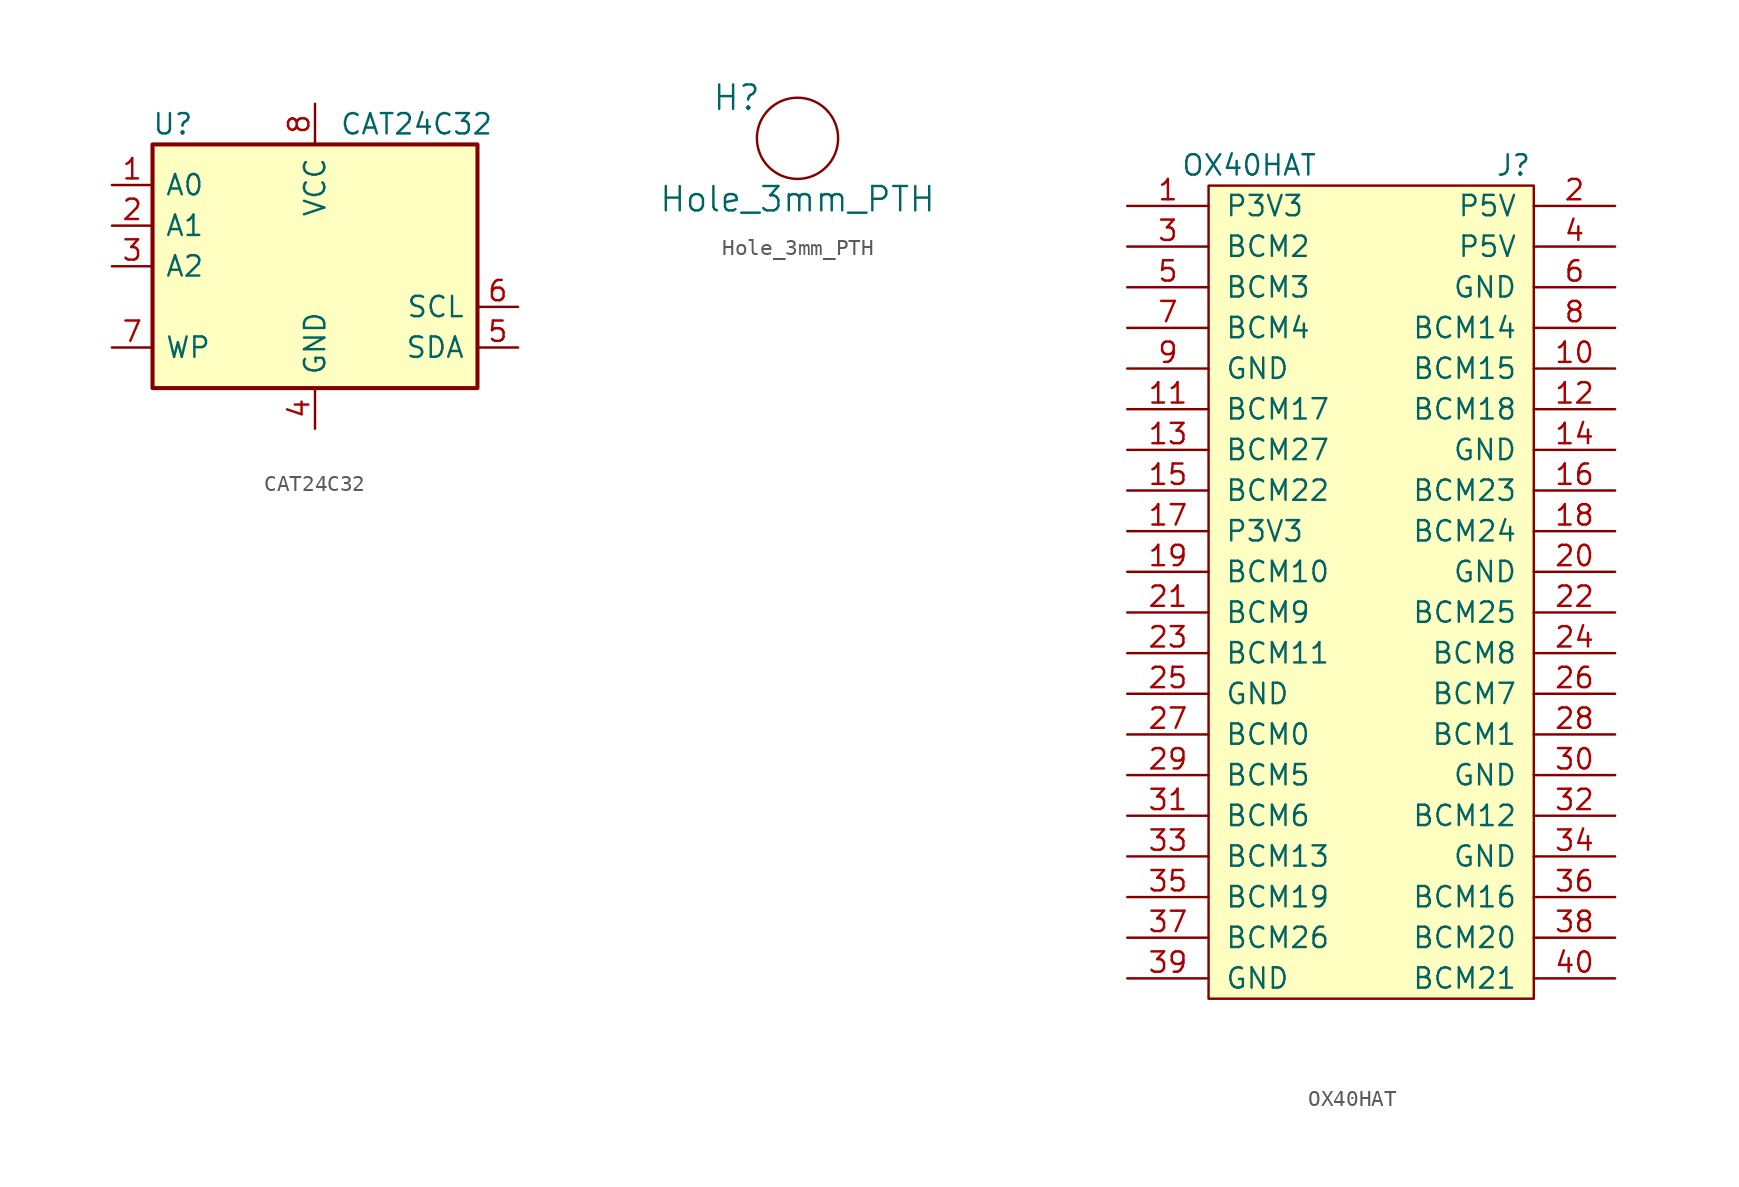
<source format=kicad_sym>
(kicad_symbol_lib
  (version 20201005)
  (generator kicad_symbol_editor)
  (symbol "raspberrypi_hat:CAT24C32"
    (pin_names
      (offset 0.762))
    (property "Reference" "U"
      (at -8.89 8.89 0)
      (effects (font (size 1.27 1.27))))
    (property "Value" "CAT24C32"
      (at 6.35 8.89 0)
      (effects (font (size 1.27 1.27))))
    (property "Footprint" ""
      (at 0 0 0)
      (effects (font (size 1.27 1.27))))
    (property "Datasheet" ""
      (at 0 0 0)
      (effects (font (size 1.27 1.27))))
    (symbol "CAT24C32_0_0"
      (pin power_in line (at 0 -10.16 90) (length 2.54) (name "GND" (effects (font (size 1.27 1.27)))) (number "4" (effects (font (size 1.27 1.27)))))
      (pin power_in line (at 0 10.16 270) (length 2.54) (name "VCC" (effects (font (size 1.27 1.27)))) (number "8" (effects (font (size 1.27 1.27))))))
    (symbol "CAT24C32_1_1"
      (rectangle (start -10.16 -7.62) (end 10.16 7.62) (stroke (width 0.254)) (fill (type background)))
      (pin input line (at -12.7 5.08 0) (length 2.54) (name "A0" (effects (font (size 1.27 1.27)))) (number "1" (effects (font (size 1.27 1.27)))))
      (pin input line (at -12.7 2.54 0) (length 2.54) (name "A1" (effects (font (size 1.27 1.27)))) (number "2" (effects (font (size 1.27 1.27)))))
      (pin input line (at -12.7 0 0) (length 2.54) (name "A2" (effects (font (size 1.27 1.27)))) (number "3" (effects (font (size 1.27 1.27)))))
      (pin bidirectional line (at 12.7 -5.08 180) (length 2.54) (name "SDA" (effects (font (size 1.27 1.27)))) (number "5" (effects (font (size 1.27 1.27)))))
      (pin input line (at 12.7 -2.54 180) (length 2.54) (name "SCL" (effects (font (size 1.27 1.27)))) (number "6" (effects (font (size 1.27 1.27)))))
      (pin input line (at -12.7 -5.08 0) (length 2.54) (name "WP" (effects (font (size 1.27 1.27)))) (number "7" (effects (font (size 1.27 1.27)))))))
  (symbol "raspberrypi_hat:Hole_3mm_PTH"
    (pin_numbers hide)
    (pin_names
      (offset 1.016) hide)
    (property "Reference" "H"
      (at -3.81 2.54 0)
      (effects (font (size 1.524 1.524))))
    (property "Value" "Hole_3mm_PTH"
      (at 0 -3.81 0)
      (effects (font (size 1.524 1.524))))
    (symbol "Hole_3mm_PTH_0_1"
      (circle (center 0 0) (radius 2.54) (stroke (width 0)) (fill (type none)))))
  (symbol "raspberrypi_hat:OX40HAT"
    (pin_names
      (offset 1.016))
    (property "Reference" "J"
      (at 8.89 2.54 0)
      (effects (font (size 1.27 1.27))))
    (property "Value" "OX40HAT"
      (at -7.62 2.54 0)
      (effects (font (size 1.27 1.27))))
    (property "Datasheet" ""
      (at -17.78 0 0)
      (effects (font (size 1.27 1.27))))
    (symbol "OX40HAT_0_1"
      (rectangle (start -10.16 1.27) (end 10.16 -49.53) (stroke (width 0)) (fill (type background))))
    (symbol "OX40HAT_1_1"
      (pin bidirectional line (at -15.24 0 0) (length 5.08) (name "P3V3" (effects (font (size 1.27 1.27)))) (number "1" (effects (font (size 1.27 1.27)))))
      (pin bidirectional line (at 15.24 -10.16 180) (length 5.08) (name "BCM15" (effects (font (size 1.27 1.27)))) (number "10" (effects (font (size 1.27 1.27)))))
      (pin bidirectional line (at -15.24 -12.7 0) (length 5.08) (name "BCM17" (effects (font (size 1.27 1.27)))) (number "11" (effects (font (size 1.27 1.27)))))
      (pin bidirectional line (at 15.24 -12.7 180) (length 5.08) (name "BCM18" (effects (font (size 1.27 1.27)))) (number "12" (effects (font (size 1.27 1.27)))))
      (pin bidirectional line (at -15.24 -15.24 0) (length 5.08) (name "BCM27" (effects (font (size 1.27 1.27)))) (number "13" (effects (font (size 1.27 1.27)))))
      (pin bidirectional line (at 15.24 -15.24 180) (length 5.08) (name "GND" (effects (font (size 1.27 1.27)))) (number "14" (effects (font (size 1.27 1.27)))))
      (pin bidirectional line (at -15.24 -17.78 0) (length 5.08) (name "BCM22" (effects (font (size 1.27 1.27)))) (number "15" (effects (font (size 1.27 1.27)))))
      (pin bidirectional line (at 15.24 -17.78 180) (length 5.08) (name "BCM23" (effects (font (size 1.27 1.27)))) (number "16" (effects (font (size 1.27 1.27)))))
      (pin bidirectional line (at -15.24 -20.32 0) (length 5.08) (name "P3V3" (effects (font (size 1.27 1.27)))) (number "17" (effects (font (size 1.27 1.27)))))
      (pin bidirectional line (at 15.24 -20.32 180) (length 5.08) (name "BCM24" (effects (font (size 1.27 1.27)))) (number "18" (effects (font (size 1.27 1.27)))))
      (pin bidirectional line (at -15.24 -22.86 0) (length 5.08) (name "BCM10" (effects (font (size 1.27 1.27)))) (number "19" (effects (font (size 1.27 1.27)))))
      (pin bidirectional line (at 15.24 0 180) (length 5.08) (name "P5V" (effects (font (size 1.27 1.27)))) (number "2" (effects (font (size 1.27 1.27)))))
      (pin bidirectional line (at 15.24 -22.86 180) (length 5.08) (name "GND" (effects (font (size 1.27 1.27)))) (number "20" (effects (font (size 1.27 1.27)))))
      (pin bidirectional line (at -15.24 -25.4 0) (length 5.08) (name "BCM9" (effects (font (size 1.27 1.27)))) (number "21" (effects (font (size 1.27 1.27)))))
      (pin bidirectional line (at 15.24 -25.4 180) (length 5.08) (name "BCM25" (effects (font (size 1.27 1.27)))) (number "22" (effects (font (size 1.27 1.27)))))
      (pin bidirectional line (at -15.24 -27.94 0) (length 5.08) (name "BCM11" (effects (font (size 1.27 1.27)))) (number "23" (effects (font (size 1.27 1.27)))))
      (pin bidirectional line (at 15.24 -27.94 180) (length 5.08) (name "BCM8" (effects (font (size 1.27 1.27)))) (number "24" (effects (font (size 1.27 1.27)))))
      (pin bidirectional line (at -15.24 -30.48 0) (length 5.08) (name "GND" (effects (font (size 1.27 1.27)))) (number "25" (effects (font (size 1.27 1.27)))))
      (pin bidirectional line (at 15.24 -30.48 180) (length 5.08) (name "BCM7" (effects (font (size 1.27 1.27)))) (number "26" (effects (font (size 1.27 1.27)))))
      (pin bidirectional line (at -15.24 -33.02 0) (length 5.08) (name "BCM0" (effects (font (size 1.27 1.27)))) (number "27" (effects (font (size 1.27 1.27)))))
      (pin bidirectional line (at 15.24 -33.02 180) (length 5.08) (name "BCM1" (effects (font (size 1.27 1.27)))) (number "28" (effects (font (size 1.27 1.27)))))
      (pin bidirectional line (at -15.24 -35.56 0) (length 5.08) (name "BCM5" (effects (font (size 1.27 1.27)))) (number "29" (effects (font (size 1.27 1.27)))))
      (pin bidirectional line (at -15.24 -2.54 0) (length 5.08) (name "BCM2" (effects (font (size 1.27 1.27)))) (number "3" (effects (font (size 1.27 1.27)))))
      (pin bidirectional line (at 15.24 -35.56 180) (length 5.08) (name "GND" (effects (font (size 1.27 1.27)))) (number "30" (effects (font (size 1.27 1.27)))))
      (pin bidirectional line (at -15.24 -38.1 0) (length 5.08) (name "BCM6" (effects (font (size 1.27 1.27)))) (number "31" (effects (font (size 1.27 1.27)))))
      (pin bidirectional line (at 15.24 -38.1 180) (length 5.08) (name "BCM12" (effects (font (size 1.27 1.27)))) (number "32" (effects (font (size 1.27 1.27)))))
      (pin bidirectional line (at -15.24 -40.64 0) (length 5.08) (name "BCM13" (effects (font (size 1.27 1.27)))) (number "33" (effects (font (size 1.27 1.27)))))
      (pin bidirectional line (at 15.24 -40.64 180) (length 5.08) (name "GND" (effects (font (size 1.27 1.27)))) (number "34" (effects (font (size 1.27 1.27)))))
      (pin bidirectional line (at -15.24 -43.18 0) (length 5.08) (name "BCM19" (effects (font (size 1.27 1.27)))) (number "35" (effects (font (size 1.27 1.27)))))
      (pin bidirectional line (at 15.24 -43.18 180) (length 5.08) (name "BCM16" (effects (font (size 1.27 1.27)))) (number "36" (effects (font (size 1.27 1.27)))))
      (pin bidirectional line (at -15.24 -45.72 0) (length 5.08) (name "BCM26" (effects (font (size 1.27 1.27)))) (number "37" (effects (font (size 1.27 1.27)))))
      (pin bidirectional line (at 15.24 -45.72 180) (length 5.08) (name "BCM20" (effects (font (size 1.27 1.27)))) (number "38" (effects (font (size 1.27 1.27)))))
      (pin bidirectional line (at -15.24 -48.26 0) (length 5.08) (name "GND" (effects (font (size 1.27 1.27)))) (number "39" (effects (font (size 1.27 1.27)))))
      (pin bidirectional line (at 15.24 -2.54 180) (length 5.08) (name "P5V" (effects (font (size 1.27 1.27)))) (number "4" (effects (font (size 1.27 1.27)))))
      (pin bidirectional line (at 15.24 -48.26 180) (length 5.08) (name "BCM21" (effects (font (size 1.27 1.27)))) (number "40" (effects (font (size 1.27 1.27)))))
      (pin bidirectional line (at -15.24 -5.08 0) (length 5.08) (name "BCM3" (effects (font (size 1.27 1.27)))) (number "5" (effects (font (size 1.27 1.27)))))
      (pin bidirectional line (at 15.24 -5.08 180) (length 5.08) (name "GND" (effects (font (size 1.27 1.27)))) (number "6" (effects (font (size 1.27 1.27)))))
      (pin bidirectional line (at -15.24 -7.62 0) (length 5.08) (name "BCM4" (effects (font (size 1.27 1.27)))) (number "7" (effects (font (size 1.27 1.27)))))
      (pin bidirectional line (at 15.24 -7.62 180) (length 5.08) (name "BCM14" (effects (font (size 1.27 1.27)))) (number "8" (effects (font (size 1.27 1.27)))))
      (pin bidirectional line (at -15.24 -10.16 0) (length 5.08) (name "GND" (effects (font (size 1.27 1.27)))) (number "9" (effects (font (size 1.27 1.27))))))))
</source>
